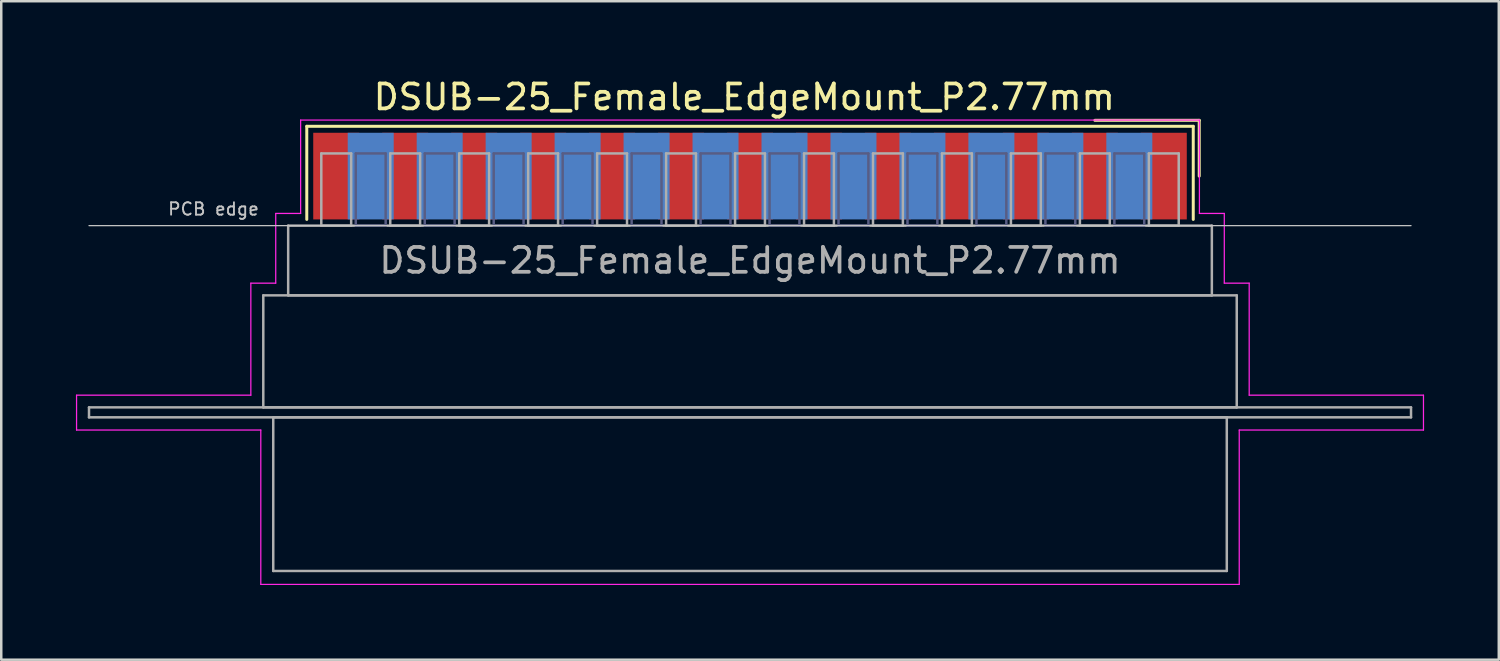
<source format=kicad_pcb>
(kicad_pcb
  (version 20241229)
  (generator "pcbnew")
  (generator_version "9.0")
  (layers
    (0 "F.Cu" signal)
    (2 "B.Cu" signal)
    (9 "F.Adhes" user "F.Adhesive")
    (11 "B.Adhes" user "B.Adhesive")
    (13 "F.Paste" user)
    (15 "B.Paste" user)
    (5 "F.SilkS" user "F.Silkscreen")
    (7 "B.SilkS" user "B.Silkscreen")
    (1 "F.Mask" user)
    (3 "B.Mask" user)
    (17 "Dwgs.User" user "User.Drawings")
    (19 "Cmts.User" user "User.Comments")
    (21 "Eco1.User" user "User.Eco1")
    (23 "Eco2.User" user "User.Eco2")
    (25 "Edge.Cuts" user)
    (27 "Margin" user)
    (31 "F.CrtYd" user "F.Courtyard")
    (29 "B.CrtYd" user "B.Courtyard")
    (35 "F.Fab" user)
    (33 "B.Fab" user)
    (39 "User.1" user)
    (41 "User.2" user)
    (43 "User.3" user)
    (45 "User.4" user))
  (footprint "DSUB-25_Female_EdgeMount_P2.77mm"
    (layer "F.Cu")
    (at 27.075 4.023)
    (property "Reference" "DSUB-25_Female_EdgeMount_P2.77mm" (at -0.23 -3.175 0) (layer "F.SilkS") (effects (font (size 1 1) (thickness 0.15))))
    (attr smd)
    (fp_line (start -17.803 -2) (end -17.803 1.74) (stroke (width 0.12) (type solid)) (layer "F.SilkS"))
    (fp_line (start 17.803 -2) (end -17.803 -2) (stroke (width 0.12) (type solid)) (layer "F.SilkS"))
    (fp_line (start 17.803 1.74) (end 17.803 -2) (stroke (width 0.12) (type solid)) (layer "F.SilkS"))
    (fp_line (start 18.043 -2.24) (end 13.85 -2.24) (stroke (width 0.12) (type solid)) (layer "F.SilkS"))
    (fp_line (start 18.043 0) (end 18.043 -2.24) (stroke (width 0.12) (type solid)) (layer "F.SilkS"))
    (fp_line (start -26.55 1.99) (end 26.55 1.99) (stroke (width 0.05) (type solid)) (layer "Dwgs.User"))
    (fp_line (start -27.05 8.8) (end -20.05 8.8) (stroke (width 0.05) (type solid)) (layer "F.CrtYd"))
    (fp_line (start -27.05 10.2) (end -27.05 8.8) (stroke (width 0.05) (type solid)) (layer "F.CrtYd"))
    (fp_line (start -20.05 4.3) (end -19.05 4.3) (stroke (width 0.05) (type solid)) (layer "F.CrtYd"))
    (fp_line (start -20.05 8.8) (end -20.05 4.3) (stroke (width 0.05) (type solid)) (layer "F.CrtYd"))
    (fp_line (start -19.65 10.2) (end -27.05 10.2) (stroke (width 0.05) (type solid)) (layer "F.CrtYd"))
    (fp_line (start -19.65 16.4) (end -19.65 10.2) (stroke (width 0.05) (type solid)) (layer "F.CrtYd"))
    (fp_line (start -19.05 1.5) (end -18.05 1.5) (stroke (width 0.05) (type solid)) (layer "F.CrtYd"))
    (fp_line (start -19.05 4.3) (end -19.05 1.5) (stroke (width 0.05) (type solid)) (layer "F.CrtYd"))
    (fp_line (start -18.05 -2.25) (end 18.05 -2.25) (stroke (width 0.05) (type solid)) (layer "F.CrtYd"))
    (fp_line (start -18.05 1.5) (end -18.05 -2.25) (stroke (width 0.05) (type solid)) (layer "F.CrtYd"))
    (fp_line (start 18.05 -2.25) (end 18.05 1.5) (stroke (width 0.05) (type solid)) (layer "F.CrtYd"))
    (fp_line (start 18.05 1.5) (end 19.05 1.5) (stroke (width 0.05) (type solid)) (layer "F.CrtYd"))
    (fp_line (start 19.05 1.5) (end 19.05 4.3) (stroke (width 0.05) (type solid)) (layer "F.CrtYd"))
    (fp_line (start 19.05 4.3) (end 20.05 4.3) (stroke (width 0.05) (type solid)) (layer "F.CrtYd"))
    (fp_line (start 19.65 10.2) (end 19.65 16.4) (stroke (width 0.05) (type solid)) (layer "F.CrtYd"))
    (fp_line (start 19.65 16.4) (end -19.65 16.4) (stroke (width 0.05) (type solid)) (layer "F.CrtYd"))
    (fp_line (start 20.05 4.3) (end 20.05 8.8) (stroke (width 0.05) (type solid)) (layer "F.CrtYd"))
    (fp_line (start 20.05 8.8) (end 27.05 8.8) (stroke (width 0.05) (type solid)) (layer "F.CrtYd"))
    (fp_line (start 27.05 8.8) (end 27.05 10.2) (stroke (width 0.05) (type solid)) (layer "F.CrtYd"))
    (fp_line (start 27.05 10.2) (end 19.65 10.2) (stroke (width 0.05) (type solid)) (layer "F.CrtYd"))
    (fp_line (start -15.835 -0.91) (end -15.835 1.99) (stroke (width 0.1) (type solid)) (layer "B.Fab"))
    (fp_line (start -15.835 1.99) (end -14.635 1.99) (stroke (width 0.1) (type solid)) (layer "B.Fab"))
    (fp_line (start -14.635 -0.91) (end -15.835 -0.91) (stroke (width 0.1) (type solid)) (layer "B.Fab"))
    (fp_line (start -14.635 1.99) (end -14.635 -0.91) (stroke (width 0.1) (type solid)) (layer "B.Fab"))
    (fp_line (start -13.065 -0.91) (end -13.065 1.99) (stroke (width 0.1) (type solid)) (layer "B.Fab"))
    (fp_line (start -13.065 1.99) (end -11.865 1.99) (stroke (width 0.1) (type solid)) (layer "B.Fab"))
    (fp_line (start -11.865 -0.91) (end -13.065 -0.91) (stroke (width 0.1) (type solid)) (layer "B.Fab"))
    (fp_line (start -11.865 1.99) (end -11.865 -0.91) (stroke (width 0.1) (type solid)) (layer "B.Fab"))
    (fp_line (start -10.295 -0.91) (end -10.295 1.99) (stroke (width 0.1) (type solid)) (layer "B.Fab"))
    (fp_line (start -10.295 1.99) (end -9.095 1.99) (stroke (width 0.1) (type solid)) (layer "B.Fab"))
    (fp_line (start -9.095 -0.91) (end -10.295 -0.91) (stroke (width 0.1) (type solid)) (layer "B.Fab"))
    (fp_line (start -9.095 1.99) (end -9.095 -0.91) (stroke (width 0.1) (type solid)) (layer "B.Fab"))
    (fp_line (start -7.525 -0.91) (end -7.525 1.99) (stroke (width 0.1) (type solid)) (layer "B.Fab"))
    (fp_line (start -7.525 1.99) (end -6.325 1.99) (stroke (width 0.1) (type solid)) (layer "B.Fab"))
    (fp_line (start -6.325 -0.91) (end -7.525 -0.91) (stroke (width 0.1) (type solid)) (layer "B.Fab"))
    (fp_line (start -6.325 1.99) (end -6.325 -0.91) (stroke (width 0.1) (type solid)) (layer "B.Fab"))
    (fp_line (start -4.755 -0.91) (end -4.755 1.99) (stroke (width 0.1) (type solid)) (layer "B.Fab"))
    (fp_line (start -4.755 1.99) (end -3.555 1.99) (stroke (width 0.1) (type solid)) (layer "B.Fab"))
    (fp_line (start -3.555 -0.91) (end -4.755 -0.91) (stroke (width 0.1) (type solid)) (layer "B.Fab"))
    (fp_line (start -3.555 1.99) (end -3.555 -0.91) (stroke (width 0.1) (type solid)) (layer "B.Fab"))
    (fp_line (start -1.985 -0.91) (end -1.985 1.99) (stroke (width 0.1) (type solid)) (layer "B.Fab"))
    (fp_line (start -1.985 1.99) (end -0.785 1.99) (stroke (width 0.1) (type solid)) (layer "B.Fab"))
    (fp_line (start -0.785 -0.91) (end -1.985 -0.91) (stroke (width 0.1) (type solid)) (layer "B.Fab"))
    (fp_line (start -0.785 1.99) (end -0.785 -0.91) (stroke (width 0.1) (type solid)) (layer "B.Fab"))
    (fp_line (start 0.785 -0.91) (end 0.785 1.99) (stroke (width 0.1) (type solid)) (layer "B.Fab"))
    (fp_line (start 0.785 1.99) (end 1.985 1.99) (stroke (width 0.1) (type solid)) (layer "B.Fab"))
    (fp_line (start 1.985 -0.91) (end 0.785 -0.91) (stroke (width 0.1) (type solid)) (layer "B.Fab"))
    (fp_line (start 1.985 1.99) (end 1.985 -0.91) (stroke (width 0.1) (type solid)) (layer "B.Fab"))
    (fp_line (start 3.555 -0.91) (end 3.555 1.99) (stroke (width 0.1) (type solid)) (layer "B.Fab"))
    (fp_line (start 3.555 1.99) (end 4.755 1.99) (stroke (width 0.1) (type solid)) (layer "B.Fab"))
    (fp_line (start 4.755 -0.91) (end 3.555 -0.91) (stroke (width 0.1) (type solid)) (layer "B.Fab"))
    (fp_line (start 4.755 1.99) (end 4.755 -0.91) (stroke (width 0.1) (type solid)) (layer "B.Fab"))
    (fp_line (start 6.325 -0.91) (end 6.325 1.99) (stroke (width 0.1) (type solid)) (layer "B.Fab"))
    (fp_line (start 6.325 1.99) (end 7.525 1.99) (stroke (width 0.1) (type solid)) (layer "B.Fab"))
    (fp_line (start 7.525 -0.91) (end 6.325 -0.91) (stroke (width 0.1) (type solid)) (layer "B.Fab"))
    (fp_line (start 7.525 1.99) (end 7.525 -0.91) (stroke (width 0.1) (type solid)) (layer "B.Fab"))
    (fp_line (start 9.095 -0.91) (end 9.095 1.99) (stroke (width 0.1) (type solid)) (layer "B.Fab"))
    (fp_line (start 9.095 1.99) (end 10.295 1.99) (stroke (width 0.1) (type solid)) (layer "B.Fab"))
    (fp_line (start 10.295 -0.91) (end 9.095 -0.91) (stroke (width 0.1) (type solid)) (layer "B.Fab"))
    (fp_line (start 10.295 1.99) (end 10.295 -0.91) (stroke (width 0.1) (type solid)) (layer "B.Fab"))
    (fp_line (start 11.865 -0.91) (end 11.865 1.99) (stroke (width 0.1) (type solid)) (layer "B.Fab"))
    (fp_line (start 11.865 1.99) (end 13.065 1.99) (stroke (width 0.1) (type solid)) (layer "B.Fab"))
    (fp_line (start 13.065 -0.91) (end 11.865 -0.91) (stroke (width 0.1) (type solid)) (layer "B.Fab"))
    (fp_line (start 13.065 1.99) (end 13.065 -0.91) (stroke (width 0.1) (type solid)) (layer "B.Fab"))
    (fp_line (start 14.635 -0.91) (end 14.635 1.99) (stroke (width 0.1) (type solid)) (layer "B.Fab"))
    (fp_line (start 14.635 1.99) (end 15.835 1.99) (stroke (width 0.1) (type solid)) (layer "B.Fab"))
    (fp_line (start 15.835 -0.91) (end 14.635 -0.91) (stroke (width 0.1) (type solid)) (layer "B.Fab"))
    (fp_line (start 15.835 1.99) (end 15.835 -0.91) (stroke (width 0.1) (type solid)) (layer "B.Fab"))
    (fp_line (start -26.55 9.29) (end -26.55 9.69) (stroke (width 0.1) (type solid)) (layer "F.Fab"))
    (fp_line (start -26.55 9.69) (end 26.55 9.69) (stroke (width 0.1) (type solid)) (layer "F.Fab"))
    (fp_line (start -19.55 4.79) (end -19.55 9.29) (stroke (width 0.1) (type solid)) (layer "F.Fab"))
    (fp_line (start -19.55 9.29) (end 19.55 9.29) (stroke (width 0.1) (type solid)) (layer "F.Fab"))
    (fp_line (start -19.15 9.69) (end -19.15 15.86) (stroke (width 0.1) (type solid)) (layer "F.Fab"))
    (fp_line (start -19.15 15.86) (end 19.15 15.86) (stroke (width 0.1) (type solid)) (layer "F.Fab"))
    (fp_line (start -18.55 1.99) (end -18.55 4.79) (stroke (width 0.1) (type solid)) (layer "F.Fab"))
    (fp_line (start -18.55 4.79) (end 18.55 4.79) (stroke (width 0.1) (type solid)) (layer "F.Fab"))
    (fp_line (start -17.22 -0.91) (end -17.22 1.99) (stroke (width 0.1) (type solid)) (layer "F.Fab"))
    (fp_line (start -17.22 1.99) (end -16.02 1.99) (stroke (width 0.1) (type solid)) (layer "F.Fab"))
    (fp_line (start -16.02 -0.91) (end -17.22 -0.91) (stroke (width 0.1) (type solid)) (layer "F.Fab"))
    (fp_line (start -16.02 1.99) (end -16.02 -0.91) (stroke (width 0.1) (type solid)) (layer "F.Fab"))
    (fp_line (start -14.45 -0.91) (end -14.45 1.99) (stroke (width 0.1) (type solid)) (layer "F.Fab"))
    (fp_line (start -14.45 1.99) (end -13.25 1.99) (stroke (width 0.1) (type solid)) (layer "F.Fab"))
    (fp_line (start -13.25 -0.91) (end -14.45 -0.91) (stroke (width 0.1) (type solid)) (layer "F.Fab"))
    (fp_line (start -13.25 1.99) (end -13.25 -0.91) (stroke (width 0.1) (type solid)) (layer "F.Fab"))
    (fp_line (start -11.68 -0.91) (end -11.68 1.99) (stroke (width 0.1) (type solid)) (layer "F.Fab"))
    (fp_line (start -11.68 1.99) (end -10.48 1.99) (stroke (width 0.1) (type solid)) (layer "F.Fab"))
    (fp_line (start -10.48 -0.91) (end -11.68 -0.91) (stroke (width 0.1) (type solid)) (layer "F.Fab"))
    (fp_line (start -10.48 1.99) (end -10.48 -0.91) (stroke (width 0.1) (type solid)) (layer "F.Fab"))
    (fp_line (start -8.91 -0.91) (end -8.91 1.99) (stroke (width 0.1) (type solid)) (layer "F.Fab"))
    (fp_line (start -8.91 1.99) (end -7.71 1.99) (stroke (width 0.1) (type solid)) (layer "F.Fab"))
    (fp_line (start -7.71 -0.91) (end -8.91 -0.91) (stroke (width 0.1) (type solid)) (layer "F.Fab"))
    (fp_line (start -7.71 1.99) (end -7.71 -0.91) (stroke (width 0.1) (type solid)) (layer "F.Fab"))
    (fp_line (start -6.14 -0.91) (end -6.14 1.99) (stroke (width 0.1) (type solid)) (layer "F.Fab"))
    (fp_line (start -6.14 1.99) (end -4.94 1.99) (stroke (width 0.1) (type solid)) (layer "F.Fab"))
    (fp_line (start -4.94 -0.91) (end -6.14 -0.91) (stroke (width 0.1) (type solid)) (layer "F.Fab"))
    (fp_line (start -4.94 1.99) (end -4.94 -0.91) (stroke (width 0.1) (type solid)) (layer "F.Fab"))
    (fp_line (start -3.37 -0.91) (end -3.37 1.99) (stroke (width 0.1) (type solid)) (layer "F.Fab"))
    (fp_line (start -3.37 1.99) (end -2.17 1.99) (stroke (width 0.1) (type solid)) (layer "F.Fab"))
    (fp_line (start -2.17 -0.91) (end -3.37 -0.91) (stroke (width 0.1) (type solid)) (layer "F.Fab"))
    (fp_line (start -2.17 1.99) (end -2.17 -0.91) (stroke (width 0.1) (type solid)) (layer "F.Fab"))
    (fp_line (start -0.6 -0.91) (end -0.6 1.99) (stroke (width 0.1) (type solid)) (layer "F.Fab"))
    (fp_line (start -0.6 1.99) (end 0.6 1.99) (stroke (width 0.1) (type solid)) (layer "F.Fab"))
    (fp_line (start 0.6 -0.91) (end -0.6 -0.91) (stroke (width 0.1) (type solid)) (layer "F.Fab"))
    (fp_line (start 0.6 1.99) (end 0.6 -0.91) (stroke (width 0.1) (type solid)) (layer "F.Fab"))
    (fp_line (start 2.17 -0.91) (end 2.17 1.99) (stroke (width 0.1) (type solid)) (layer "F.Fab"))
    (fp_line (start 2.17 1.99) (end 3.37 1.99) (stroke (width 0.1) (type solid)) (layer "F.Fab"))
    (fp_line (start 3.37 -0.91) (end 2.17 -0.91) (stroke (width 0.1) (type solid)) (layer "F.Fab"))
    (fp_line (start 3.37 1.99) (end 3.37 -0.91) (stroke (width 0.1) (type solid)) (layer "F.Fab"))
    (fp_line (start 4.94 -0.91) (end 4.94 1.99) (stroke (width 0.1) (type solid)) (layer "F.Fab"))
    (fp_line (start 4.94 1.99) (end 6.14 1.99) (stroke (width 0.1) (type solid)) (layer "F.Fab"))
    (fp_line (start 6.14 -0.91) (end 4.94 -0.91) (stroke (width 0.1) (type solid)) (layer "F.Fab"))
    (fp_line (start 6.14 1.99) (end 6.14 -0.91) (stroke (width 0.1) (type solid)) (layer "F.Fab"))
    (fp_line (start 7.71 -0.91) (end 7.71 1.99) (stroke (width 0.1) (type solid)) (layer "F.Fab"))
    (fp_line (start 7.71 1.99) (end 8.91 1.99) (stroke (width 0.1) (type solid)) (layer "F.Fab"))
    (fp_line (start 8.91 -0.91) (end 7.71 -0.91) (stroke (width 0.1) (type solid)) (layer "F.Fab"))
    (fp_line (start 8.91 1.99) (end 8.91 -0.91) (stroke (width 0.1) (type solid)) (layer "F.Fab"))
    (fp_line (start 10.48 -0.91) (end 10.48 1.99) (stroke (width 0.1) (type solid)) (layer "F.Fab"))
    (fp_line (start 10.48 1.99) (end 11.68 1.99) (stroke (width 0.1) (type solid)) (layer "F.Fab"))
    (fp_line (start 11.68 -0.91) (end 10.48 -0.91) (stroke (width 0.1) (type solid)) (layer "F.Fab"))
    (fp_line (start 11.68 1.99) (end 11.68 -0.91) (stroke (width 0.1) (type solid)) (layer "F.Fab"))
    (fp_line (start 13.25 -0.91) (end 13.25 1.99) (stroke (width 0.1) (type solid)) (layer "F.Fab"))
    (fp_line (start 13.25 1.99) (end 14.45 1.99) (stroke (width 0.1) (type solid)) (layer "F.Fab"))
    (fp_line (start 14.45 -0.91) (end 13.25 -0.91) (stroke (width 0.1) (type solid)) (layer "F.Fab"))
    (fp_line (start 14.45 1.99) (end 14.45 -0.91) (stroke (width 0.1) (type solid)) (layer "F.Fab"))
    (fp_line (start 16.02 -0.91) (end 16.02 1.99) (stroke (width 0.1) (type solid)) (layer "F.Fab"))
    (fp_line (start 16.02 1.99) (end 17.22 1.99) (stroke (width 0.1) (type solid)) (layer "F.Fab"))
    (fp_line (start 17.22 -0.91) (end 16.02 -0.91) (stroke (width 0.1) (type solid)) (layer "F.Fab"))
    (fp_line (start 17.22 1.99) (end 17.22 -0.91) (stroke (width 0.1) (type solid)) (layer "F.Fab"))
    (fp_line (start 18.55 1.99) (end -18.55 1.99) (stroke (width 0.1) (type solid)) (layer "F.Fab"))
    (fp_line (start 18.55 4.79) (end 18.55 1.99) (stroke (width 0.1) (type solid)) (layer "F.Fab"))
    (fp_line (start 19.15 9.69) (end -19.15 9.69) (stroke (width 0.1) (type solid)) (layer "F.Fab"))
    (fp_line (start 19.15 15.86) (end 19.15 9.69) (stroke (width 0.1) (type solid)) (layer "F.Fab"))
    (fp_line (start 19.55 4.79) (end -19.55 4.79) (stroke (width 0.1) (type solid)) (layer "F.Fab"))
    (fp_line (start 19.55 9.29) (end 19.55 4.79) (stroke (width 0.1) (type solid)) (layer "F.Fab"))
    (fp_line (start 26.55 9.29) (end -26.55 9.29) (stroke (width 0.1) (type solid)) (layer "F.Fab"))
    (fp_line (start 26.55 9.69) (end 26.55 9.29) (stroke (width 0.1) (type solid)) (layer "F.Fab"))
    (fp_text user "PCB edge" (at -21.55 1.323 0) (layer "Dwgs.User") (effects (font (size 0.5 0.5) (thickness 0.075))))
    (fp_text user "${REFERENCE}" (at 0 3.39 0) (layer "F.Fab") (effects (font (size 1 1) (thickness 0.15))))
    (pad "1" smd rect (at 16.62 0) (size 1.847 3.48) (layers "F.Cu" "F.Mask" "F.Paste"))
    (pad "2" smd rect (at 13.85 0) (size 1.847 3.48) (layers "F.Cu" "F.Mask" "F.Paste"))
    (pad "3" smd rect (at 11.08 0) (size 1.847 3.48) (layers "F.Cu" "F.Mask" "F.Paste"))
    (pad "4" smd rect (at 8.31 0) (size 1.847 3.48) (layers "F.Cu" "F.Mask" "F.Paste"))
    (pad "5" smd rect (at 5.54 0) (size 1.847 3.48) (layers "F.Cu" "F.Mask" "F.Paste"))
    (pad "6" smd rect (at 2.77 0) (size 1.847 3.48) (layers "F.Cu" "F.Mask" "F.Paste"))
    (pad "7" smd rect (at 0 0) (size 1.847 3.48) (layers "F.Cu" "F.Mask" "F.Paste"))
    (pad "8" smd rect (at -2.77 0) (size 1.847 3.48) (layers "F.Cu" "F.Mask" "F.Paste"))
    (pad "9" smd rect (at -5.54 0) (size 1.847 3.48) (layers "F.Cu" "F.Mask" "F.Paste"))
    (pad "10" smd rect (at -8.31 0) (size 1.847 3.48) (layers "F.Cu" "F.Mask" "F.Paste"))
    (pad "11" smd rect (at -11.08 0) (size 1.847 3.48) (layers "F.Cu" "F.Mask" "F.Paste"))
    (pad "12" smd rect (at -13.85 0) (size 1.847 3.48) (layers "F.Cu" "F.Mask" "F.Paste"))
    (pad "13" smd rect (at -16.62 0) (size 1.847 3.48) (layers "F.Cu" "F.Mask" "F.Paste"))
    (pad "14" smd rect (at 15.235 0) (size 1.847 3.48) (layers "B.Cu" "B.Mask" "B.Paste"))
    (pad "15" smd rect (at 12.465 0) (size 1.847 3.48) (layers "B.Cu" "B.Mask" "B.Paste"))
    (pad "16" smd rect (at 9.695 0) (size 1.847 3.48) (layers "B.Cu" "B.Mask" "B.Paste"))
    (pad "17" smd rect (at 6.925 0) (size 1.847 3.48) (layers "B.Cu" "B.Mask" "B.Paste"))
    (pad "18" smd rect (at 4.155 0) (size 1.847 3.48) (layers "B.Cu" "B.Mask" "B.Paste"))
    (pad "19" smd rect (at 1.385 0) (size 1.847 3.48) (layers "B.Cu" "B.Mask" "B.Paste"))
    (pad "20" smd rect (at -1.385 0) (size 1.847 3.48) (layers "B.Cu" "B.Mask" "B.Paste"))
    (pad "21" smd rect (at -4.155 0) (size 1.847 3.48) (layers "B.Cu" "B.Mask" "B.Paste"))
    (pad "22" smd rect (at -6.925 0) (size 1.847 3.48) (layers "B.Cu" "B.Mask" "B.Paste"))
    (pad "23" smd rect (at -9.695 0) (size 1.847 3.48) (layers "B.Cu" "B.Mask" "B.Paste"))
    (pad "24" smd rect (at -12.465 0) (size 1.847 3.48) (layers "B.Cu" "B.Mask" "B.Paste"))
    (pad "25" smd rect (at -15.235 0) (size 1.847 3.48) (layers "B.Cu" "B.Mask" "B.Paste")))
  (gr_rect
    (start -3 -3)
    (end 57.15 23.448)
    (stroke (width 0.1) (type default))
    (fill no)
    (layer "Edge.Cuts")))
</source>
